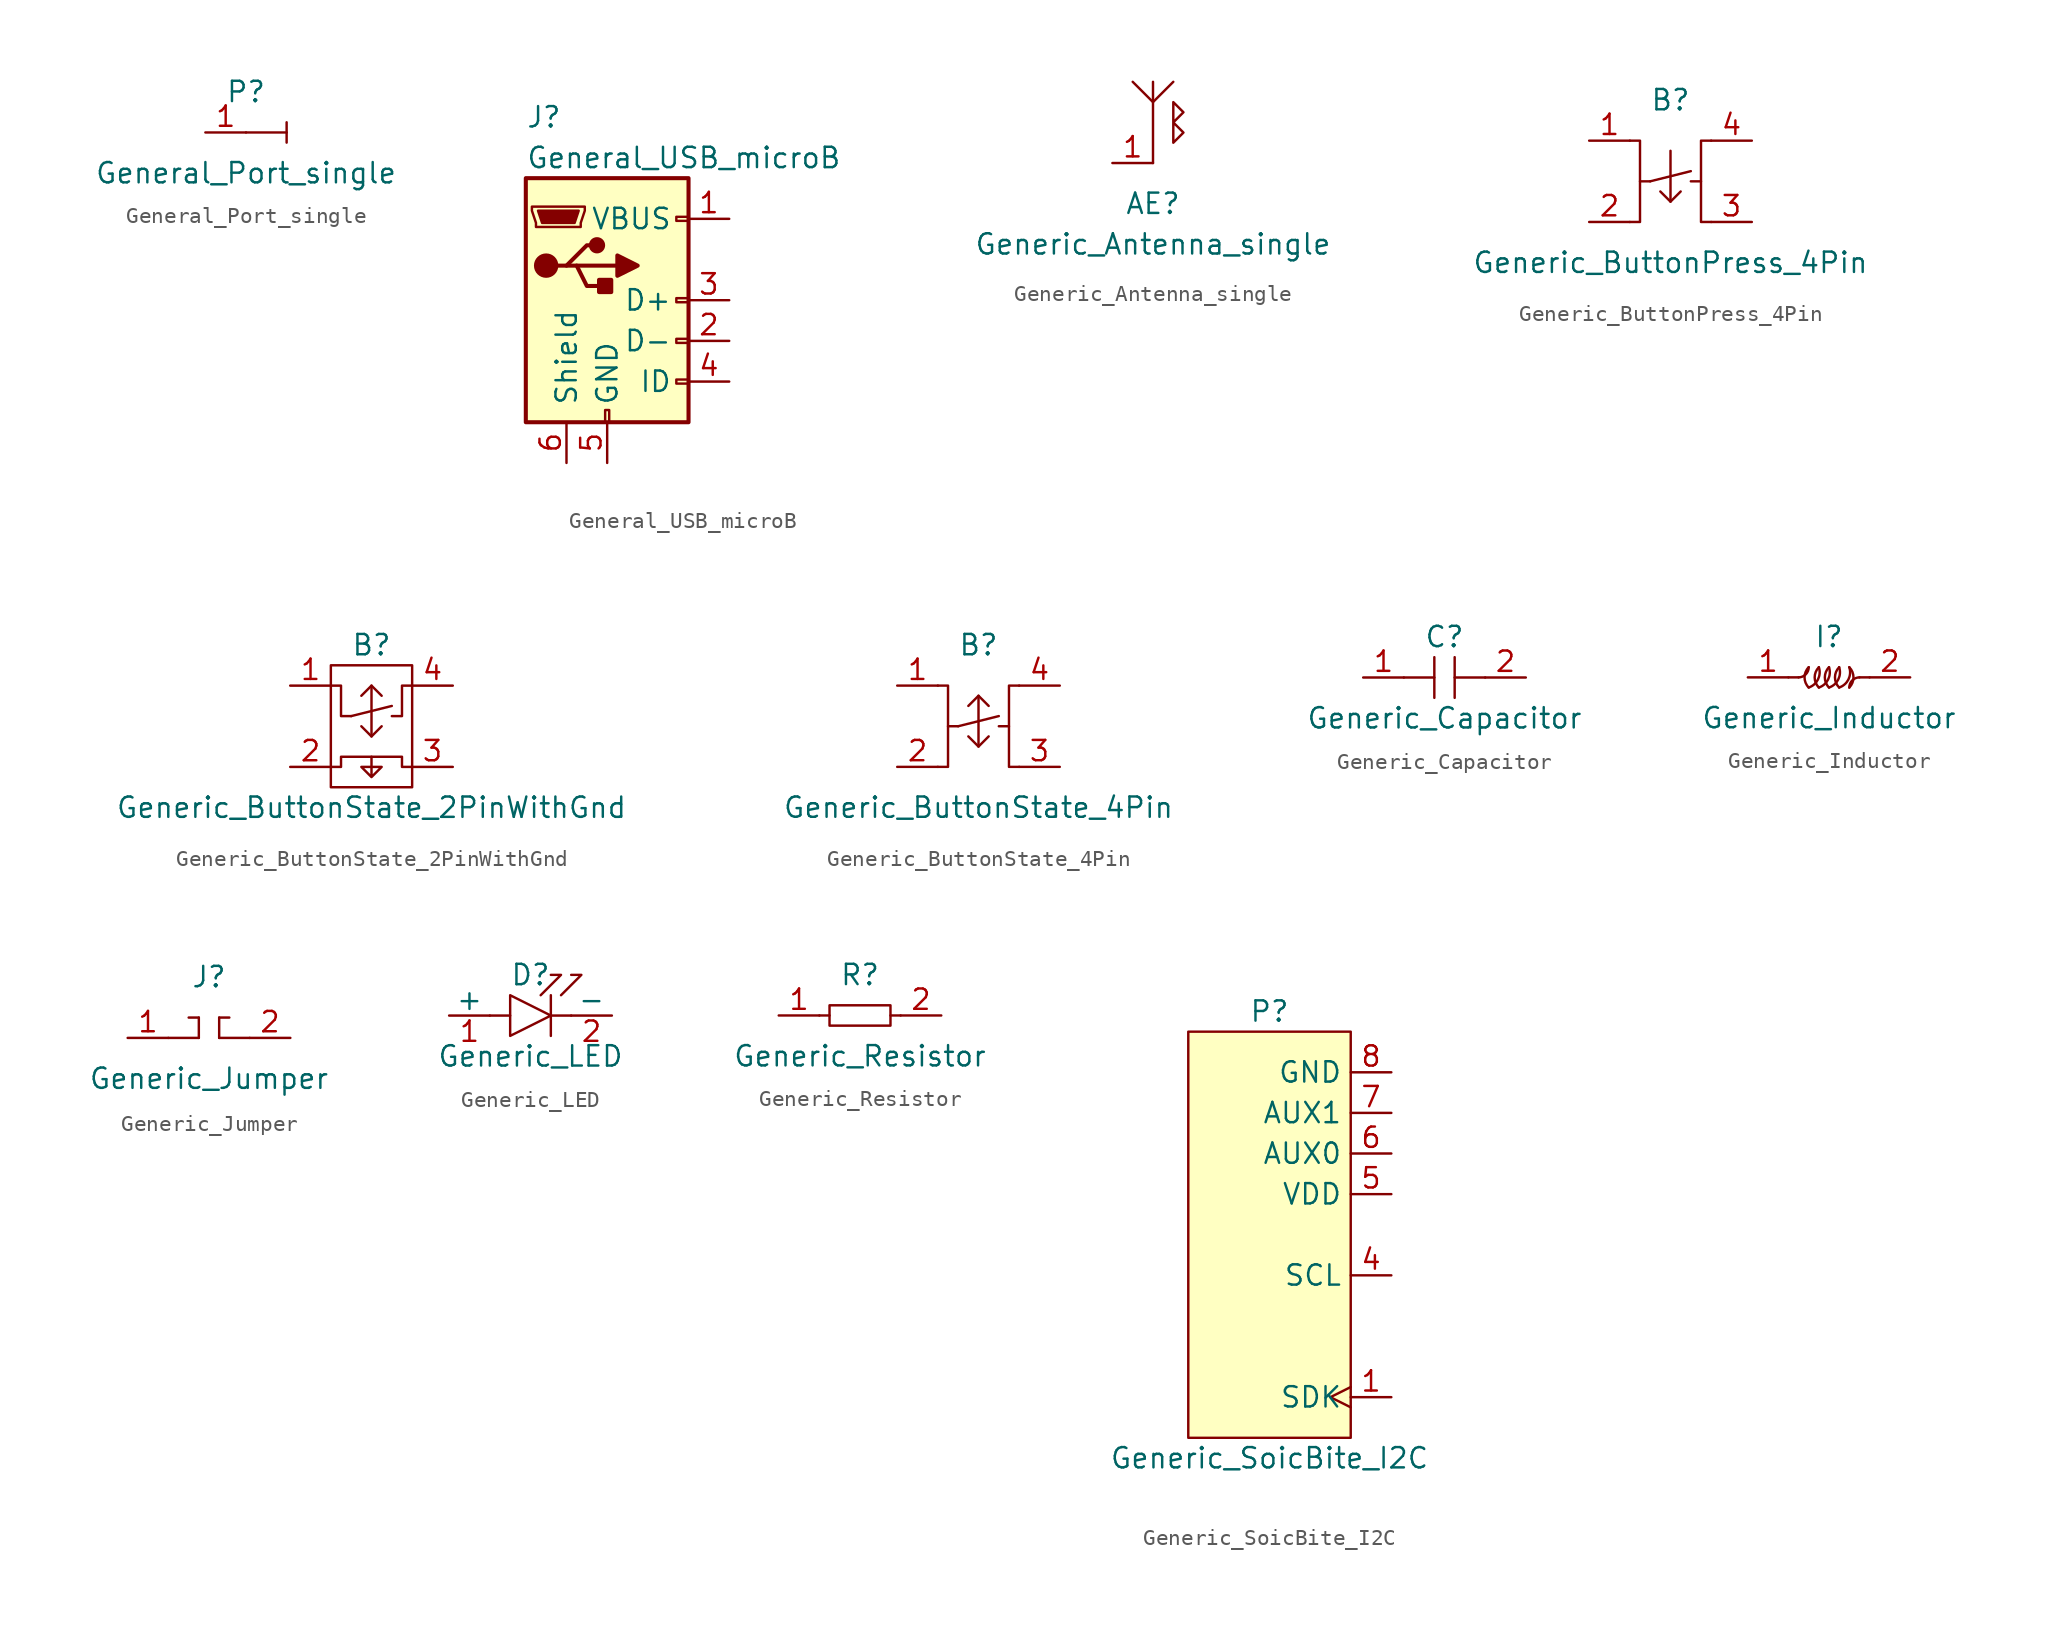
<source format=kicad_sym>
(kicad_symbol_lib
  (version 20211014)
  (generator kicad_symbol_editor)
  (symbol "General_Port_single"
    (property "Reference" "P"
      (at 0 2.54 0)
      (effects (font (size 1.27 1.27))))
    (property "Value" "General_Port_single"
      (at 0 -2.54 0)
      (effects (font (size 1.27 1.27))))
    (symbol "General_Port_single_0_1"
      (polyline (pts (xy 0 0) (xy 2.54 0)) (stroke (width 0) (type default) (color 0 0 0 0)) (fill (type none)))
      (polyline (pts (xy 2.54 0.635) (xy 2.54 -0.635)) (stroke (width 0) (type default) (color 0 0 0 0)) (fill (type none))))
    (symbol "General_Port_single_1_1"
      (pin passive line (at -2.54 0 0) (length 2.54) (name "" (effects (font (size 1.27 1.27)))) (number "1" (effects (font (size 1.27 1.27)))))))
  (symbol "General_USB_microB"
    (pin_names
      (offset 1.016))
    (property "Reference" "J"
      (at -5.08 11.43 0)
      (effects (font (size 1.27 1.27)) (justify left)))
    (property "Value" "General_USB_microB"
      (at -5.08 8.89 0)
      (effects (font (size 1.27 1.27)) (justify left)))
    (symbol "General_USB_microB_0_1"
      (rectangle (start -5.08 -7.62) (end 5.08 7.62) (stroke (width 0.254) (type default) (color 0 0 0 0)) (fill (type background)))
      (circle (center -3.81 2.159) (radius 0.635) (stroke (width 0.254) (type default) (color 0 0 0 0)) (fill (type outline)))
      (circle (center -0.635 3.429) (radius 0.381) (stroke (width 0.254) (type default) (color 0 0 0 0)) (fill (type outline)))
      (rectangle (start -0.127 -7.62) (end 0.127 -6.858) (stroke (width 0) (type default) (color 0 0 0 0)) (fill (type none)))
      (polyline (pts (xy -1.905 2.159) (xy 0.635 2.159)) (stroke (width 0.254) (type default) (color 0 0 0 0)) (fill (type none)))
      (polyline (pts (xy -3.175 2.159) (xy -2.54 2.159) (xy -1.27 3.429) (xy -0.635 3.429)) (stroke (width 0.254) (type default) (color 0 0 0 0)) (fill (type none)))
      (polyline (pts (xy -2.54 2.159) (xy -1.905 2.159) (xy -1.27 0.889) (xy 0 0.889)) (stroke (width 0.254) (type default) (color 0 0 0 0)) (fill (type none)))
      (polyline (pts (xy 0.635 2.794) (xy 0.635 1.524) (xy 1.905 2.159) (xy 0.635 2.794)) (stroke (width 0.254) (type default) (color 0 0 0 0)) (fill (type outline)))
      (polyline (pts (xy -4.318 5.588) (xy -1.778 5.588) (xy -2.032 4.826) (xy -4.064 4.826) (xy -4.318 5.588)) (stroke (width 0) (type default) (color 0 0 0 0)) (fill (type outline)))
      (polyline (pts (xy -4.699 5.842) (xy -4.699 5.588) (xy -4.445 4.826) (xy -4.445 4.572) (xy -1.651 4.572) (xy -1.651 4.826) (xy -1.397 5.588) (xy -1.397 5.842) (xy -4.699 5.842)) (stroke (width 0) (type default) (color 0 0 0 0)) (fill (type none)))
      (rectangle (start 0.254 1.27) (end -0.508 0.508) (stroke (width 0.254) (type default) (color 0 0 0 0)) (fill (type outline)))
      (rectangle (start 5.08 -5.207) (end 4.318 -4.953) (stroke (width 0) (type default) (color 0 0 0 0)) (fill (type none)))
      (rectangle (start 5.08 -2.667) (end 4.318 -2.413) (stroke (width 0) (type default) (color 0 0 0 0)) (fill (type none)))
      (rectangle (start 5.08 -0.127) (end 4.318 0.127) (stroke (width 0) (type default) (color 0 0 0 0)) (fill (type none)))
      (rectangle (start 5.08 4.953) (end 4.318 5.207) (stroke (width 0) (type default) (color 0 0 0 0)) (fill (type none))))
    (symbol "General_USB_microB_1_1"
      (pin power_out line (at 7.62 5.08 180) (length 2.54) (name "VBUS" (effects (font (size 1.27 1.27)))) (number "1" (effects (font (size 1.27 1.27)))))
      (pin bidirectional line (at 7.62 -2.54 180) (length 2.54) (name "D-" (effects (font (size 1.27 1.27)))) (number "2" (effects (font (size 1.27 1.27)))))
      (pin bidirectional line (at 7.62 0 180) (length 2.54) (name "D+" (effects (font (size 1.27 1.27)))) (number "3" (effects (font (size 1.27 1.27)))))
      (pin passive line (at 7.62 -5.08 180) (length 2.54) (name "ID" (effects (font (size 1.27 1.27)))) (number "4" (effects (font (size 1.27 1.27)))))
      (pin power_out line (at 0 -10.16 90) (length 2.54) (name "GND" (effects (font (size 1.27 1.27)))) (number "5" (effects (font (size 1.27 1.27)))))
      (pin passive line (at -2.54 -10.16 90) (length 2.54) (name "Shield" (effects (font (size 1.27 1.27)))) (number "6" (effects (font (size 1.27 1.27)))))))
  (symbol "Generic_Antenna_single"
    (property "Reference" "AE"
      (at 0 -2.54 0)
      (effects (font (size 1.27 1.27))))
    (property "Value" "Generic_Antenna_single"
      (at 0 -5.08 0)
      (effects (font (size 1.27 1.27))))
    (symbol "Generic_Antenna_single_0_1"
      (polyline (pts (xy 0 0) (xy 0 5.08)) (stroke (width 0) (type default) (color 0 0 0 0)) (fill (type none)))
      (polyline (pts (xy -1.27 5.08) (xy 0 3.81) (xy 1.27 5.08)) (stroke (width 0) (type default) (color 0 0 0 0)) (fill (type none)))
      (polyline (pts (xy 1.27 3.81) (xy 1.27 1.27) (xy 1.905 1.905) (xy 1.27 2.54) (xy 1.905 3.175) (xy 1.27 3.81)) (stroke (width 0) (type default) (color 0 0 0 0)) (fill (type none))))
    (symbol "Generic_Antenna_single_1_1"
      (pin bidirectional line (at -2.54 0 0) (length 2.54) (name "" (effects (font (size 1.27 1.27)))) (number "1" (effects (font (size 1.27 1.27)))))))
  (symbol "Generic_ButtonPress_4Pin"
    (property "Reference" "B"
      (at 0 5.08 0)
      (effects (font (size 1.27 1.27))))
    (property "Value" "Generic_ButtonPress_4Pin"
      (at 0 -5.08 0)
      (effects (font (size 1.27 1.27))))
    (symbol "Generic_ButtonPress_4Pin_0_1"
      (polyline (pts (xy -1.27 0) (xy 1.27 0.635)) (stroke (width 0) (type default) (color 0 0 0 0)) (fill (type none)))
      (polyline (pts (xy 0 1.905) (xy 0 -1.27)) (stroke (width 0) (type default) (color 0 0 0 0)) (fill (type none)))
      (polyline (pts (xy -1.905 0) (xy -1.905 -2.54) (xy -2.54 -2.54)) (stroke (width 0) (type default) (color 0 0 0 0)) (fill (type none)))
      (polyline (pts (xy -0.635 -0.635) (xy 0 -1.27) (xy 0.635 -0.635)) (stroke (width 0) (type default) (color 0 0 0 0)) (fill (type none)))
      (polyline (pts (xy 1.905 0) (xy 1.905 -2.54) (xy 2.54 -2.54)) (stroke (width 0) (type default) (color 0 0 0 0)) (fill (type none)))
      (polyline (pts (xy -2.54 2.54) (xy -1.905 2.54) (xy -1.905 0) (xy -1.27 0)) (stroke (width 0) (type default) (color 0 0 0 0)) (fill (type none)))
      (polyline (pts (xy 1.27 0) (xy 1.905 0) (xy 1.905 2.54) (xy 2.54 2.54)) (stroke (width 0) (type default) (color 0 0 0 0)) (fill (type none))))
    (symbol "Generic_ButtonPress_4Pin_1_1"
      (pin passive line (at -5.08 2.54 0) (length 2.54) (name "" (effects (font (size 1.27 1.27)))) (number "1" (effects (font (size 1.27 1.27)))))
      (pin passive line (at -5.08 -2.54 0) (length 2.54) (name "" (effects (font (size 1.27 1.27)))) (number "2" (effects (font (size 1.27 1.27)))))
      (pin passive line (at 5.08 -2.54 180) (length 2.54) (name "" (effects (font (size 1.27 1.27)))) (number "3" (effects (font (size 1.27 1.27)))))
      (pin passive line (at 5.08 2.54 180) (length 2.54) (name "" (effects (font (size 1.27 1.27)))) (number "4" (effects (font (size 1.27 1.27)))))))
  (symbol "Generic_ButtonState_2PinWithGnd"
    (property "Reference" "B"
      (at 0 5.08 0)
      (effects (font (size 1.27 1.27))))
    (property "Value" "Generic_ButtonState_2PinWithGnd"
      (at 0 -5.08 0)
      (effects (font (size 1.27 1.27))))
    (symbol "Generic_ButtonState_2PinWithGnd_0_1"
      (rectangle (start -2.54 3.81) (end 2.54 -3.81) (stroke (width 0) (type default) (color 0 0 0 0)) (fill (type none)))
      (polyline (pts (xy -1.27 0.635) (xy 1.27 1.27)) (stroke (width 0) (type default) (color 0 0 0 0)) (fill (type none)))
      (polyline (pts (xy 0 2.54) (xy 0 -0.635)) (stroke (width 0) (type default) (color 0 0 0 0)) (fill (type none)))
      (polyline (pts (xy -0.635 0) (xy 0 -0.635) (xy 0.635 0)) (stroke (width 0) (type default) (color 0 0 0 0)) (fill (type none)))
      (polyline (pts (xy -0.635 1.905) (xy 0 2.54) (xy 0.635 1.905)) (stroke (width 0) (type default) (color 0 0 0 0)) (fill (type none)))
      (polyline (pts (xy -2.54 2.54) (xy -1.905 2.54) (xy -1.905 0.635) (xy -1.27 0.635)) (stroke (width 0) (type default) (color 0 0 0 0)) (fill (type none)))
      (polyline (pts (xy 1.27 0.635) (xy 1.905 0.635) (xy 1.905 2.54) (xy 2.54 2.54)) (stroke (width 0) (type default) (color 0 0 0 0)) (fill (type none)))
      (polyline (pts (xy 0 -1.905) (xy 0 -3.175) (xy -0.635 -2.54) (xy 0.635 -2.54) (xy 0 -3.175)) (stroke (width 0) (type default) (color 0 0 0 0)) (fill (type none)))
      (polyline (pts (xy -2.54 -2.54) (xy -1.905 -2.54) (xy -1.905 -1.905) (xy 1.905 -1.905) (xy 1.905 -2.54) (xy 2.54 -2.54)) (stroke (width 0) (type default) (color 0 0 0 0)) (fill (type none))))
    (symbol "Generic_ButtonState_2PinWithGnd_1_1"
      (pin passive line (at -5.08 2.54 0) (length 2.54) (name "" (effects (font (size 1.27 1.27)))) (number "1" (effects (font (size 1.27 1.27)))))
      (pin passive line (at -5.08 -2.54 0) (length 2.54) (name "" (effects (font (size 1.27 1.27)))) (number "2" (effects (font (size 1.27 1.27)))))
      (pin passive line (at 5.08 -2.54 180) (length 2.54) (name "" (effects (font (size 1.27 1.27)))) (number "3" (effects (font (size 1.27 1.27)))))
      (pin passive line (at 5.08 2.54 180) (length 2.54) (name "" (effects (font (size 1.27 1.27)))) (number "4" (effects (font (size 1.27 1.27)))))))
  (symbol "Generic_ButtonState_4Pin"
    (property "Reference" "B"
      (at 0 5.08 0)
      (effects (font (size 1.27 1.27))))
    (property "Value" "Generic_ButtonState_4Pin"
      (at 0 -5.08 0)
      (effects (font (size 1.27 1.27))))
    (symbol "Generic_ButtonState_4Pin_0_1"
      (polyline (pts (xy -1.27 0) (xy 1.27 0.635)) (stroke (width 0) (type default) (color 0 0 0 0)) (fill (type none)))
      (polyline (pts (xy 0 1.905) (xy 0 -1.27)) (stroke (width 0) (type default) (color 0 0 0 0)) (fill (type none)))
      (polyline (pts (xy -1.905 0) (xy -1.905 -2.54) (xy -2.54 -2.54)) (stroke (width 0) (type default) (color 0 0 0 0)) (fill (type none)))
      (polyline (pts (xy -0.635 -0.635) (xy 0 -1.27) (xy 0.635 -0.635)) (stroke (width 0) (type default) (color 0 0 0 0)) (fill (type none)))
      (polyline (pts (xy -0.635 1.27) (xy 0 1.905) (xy 0.635 1.27)) (stroke (width 0) (type default) (color 0 0 0 0)) (fill (type none)))
      (polyline (pts (xy 1.905 0) (xy 1.905 -2.54) (xy 2.54 -2.54)) (stroke (width 0) (type default) (color 0 0 0 0)) (fill (type none)))
      (polyline (pts (xy -2.54 2.54) (xy -1.905 2.54) (xy -1.905 0) (xy -1.27 0)) (stroke (width 0) (type default) (color 0 0 0 0)) (fill (type none)))
      (polyline (pts (xy 1.27 0) (xy 1.905 0) (xy 1.905 2.54) (xy 2.54 2.54)) (stroke (width 0) (type default) (color 0 0 0 0)) (fill (type none))))
    (symbol "Generic_ButtonState_4Pin_1_1"
      (pin passive line (at -5.08 2.54 0) (length 2.54) (name "" (effects (font (size 1.27 1.27)))) (number "1" (effects (font (size 1.27 1.27)))))
      (pin passive line (at -5.08 -2.54 0) (length 2.54) (name "" (effects (font (size 1.27 1.27)))) (number "2" (effects (font (size 1.27 1.27)))))
      (pin passive line (at 5.08 -2.54 180) (length 2.54) (name "" (effects (font (size 1.27 1.27)))) (number "3" (effects (font (size 1.27 1.27)))))
      (pin passive line (at 5.08 2.54 180) (length 2.54) (name "" (effects (font (size 1.27 1.27)))) (number "4" (effects (font (size 1.27 1.27)))))))
  (symbol "Generic_Capacitor"
    (pin_names
      (offset 0.002))
    (property "Reference" "C"
      (at 0 2.54 0)
      (effects (font (size 1.27 1.27))))
    (property "Value" "Generic_Capacitor"
      (at 0 -2.54 0)
      (effects (font (size 1.27 1.27))))
    (symbol "Generic_Capacitor_0_1"
      (polyline (pts (xy -2.54 0) (xy -0.635 0)) (stroke (width 0) (type default) (color 0 0 0 0)) (fill (type none)))
      (polyline (pts (xy -0.635 1.27) (xy -0.635 -1.27)) (stroke (width 0) (type default) (color 0 0 0 0)) (fill (type none)))
      (polyline (pts (xy 0.635 0) (xy 2.54 0)) (stroke (width 0) (type default) (color 0 0 0 0)) (fill (type none)))
      (polyline (pts (xy 0.635 1.27) (xy 0.635 -1.27)) (stroke (width 0) (type default) (color 0 0 0 0)) (fill (type none))))
    (symbol "Generic_Capacitor_1_1"
      (pin passive line (at -5.08 0 0) (length 2.54) (name "" (effects (font (size 1.27 1.27)))) (number "1" (effects (font (size 1.27 1.27)))))
      (pin passive line (at 5.08 0 180) (length 2.54) (name "" (effects (font (size 1.27 1.27)))) (number "2" (effects (font (size 1.27 1.27)))))))
  (symbol "Generic_Inductor"
    (pin_names
      (offset 0.002))
    (property "Reference" "I"
      (at 0 2.54 0)
      (effects (font (size 1.27 1.27))))
    (property "Value" "Generic_Inductor"
      (at 0 -2.54 0)
      (effects (font (size 1.27 1.27))))
    (symbol "Generic_Inductor_0_1"
      (arc (start -1.905 0) (mid -1.4566 0.1866) (end -1.27 0.635) (stroke (width 0) (type default) (color 0 0 0 0)) (fill (type none)))
      (arc (start -1.27 -0.635) (mid -0.6902 -0.1311) (end -0.635 0.635) (stroke (width 0) (type default) (color 0 0 0 0)) (fill (type none)))
      (arc (start -1.27 0.635) (mid -1.5313 0) (end -1.27 -0.635) (stroke (width 0) (type default) (color 0 0 0 0)) (fill (type none)))
      (arc (start -0.635 -0.635) (mid -0.0549 -0.1313) (end 0 0.635) (stroke (width 0) (type default) (color 0 0 0 0)) (fill (type none)))
      (arc (start -0.635 0.635) (mid -0.897 0) (end -0.635 -0.635) (stroke (width 0) (type default) (color 0 0 0 0)) (fill (type none)))
      (arc (start 0 -0.635) (mid 0.5801 -0.1313) (end 0.635 0.635) (stroke (width 0) (type default) (color 0 0 0 0)) (fill (type none)))
      (polyline (pts (xy -2.54 0) (xy -1.905 0)) (stroke (width 0) (type default) (color 0 0 0 0)) (fill (type none)))
      (polyline (pts (xy 2.54 0) (xy 1.905 0)) (stroke (width 0) (type default) (color 0 0 0 0)) (fill (type none)))
      (arc (start 0 0.635) (mid -0.2618 0) (end 0 -0.635) (stroke (width 0) (type default) (color 0 0 0 0)) (fill (type none)))
      (arc (start 0.635 -0.635) (mid 1.2151 -0.1313) (end 1.27 0.635) (stroke (width 0) (type default) (color 0 0 0 0)) (fill (type none)))
      (arc (start 0.635 0.635) (mid 0.3728 0) (end 0.635 -0.635) (stroke (width 0) (type default) (color 0 0 0 0)) (fill (type none)))
      (arc (start 1.27 -0.635) (mid 2.8078 0) (end 1.27 0.635) (stroke (width 0) (type default) (color 0 0 0 0)) (fill (type none)))
      (arc (start 1.905 0) (mid 0.8177 0.4523) (end 1.27 -0.635) (stroke (width 0) (type default) (color 0 0 0 0)) (fill (type none))))
    (symbol "Generic_Inductor_1_1"
      (pin passive line (at -5.08 0 0) (length 2.54) (name "" (effects (font (size 1.27 1.27)))) (number "1" (effects (font (size 1.27 1.27)))))
      (pin passive line (at 5.08 0 180) (length 2.54) (name "" (effects (font (size 1.27 1.27)))) (number "2" (effects (font (size 1.27 1.27)))))))
  (symbol "Generic_Jumper"
    (pin_names
      (offset 0.002))
    (property "Reference" "J"
      (at 0 3.81 0)
      (effects (font (size 1.27 1.27))))
    (property "Value" "Generic_Jumper"
      (at 0 -2.54 0)
      (effects (font (size 1.27 1.27))))
    (symbol "Generic_Jumper_0_1"
      (polyline (pts (xy -2.54 0) (xy -0.635 0)) (stroke (width 0) (type default) (color 0 0 0 0)) (fill (type none)))
      (polyline (pts (xy -1.27 1.27) (xy -0.635 1.27)) (stroke (width 0) (type default) (color 0 0 0 0)) (fill (type none)))
      (polyline (pts (xy -0.635 1.27) (xy -0.635 0)) (stroke (width 0) (type default) (color 0 0 0 0)) (fill (type none)))
      (polyline (pts (xy 0.635 0) (xy 2.54 0)) (stroke (width 0) (type default) (color 0 0 0 0)) (fill (type none)))
      (polyline (pts (xy 0.635 1.27) (xy 0.635 0)) (stroke (width 0) (type default) (color 0 0 0 0)) (fill (type none)))
      (polyline (pts (xy 0.635 1.27) (xy 1.27 1.27)) (stroke (width 0) (type default) (color 0 0 0 0)) (fill (type none))))
    (symbol "Generic_Jumper_1_1"
      (pin passive line (at -5.08 0 0) (length 2.54) (name "" (effects (font (size 1.27 1.27)))) (number "1" (effects (font (size 1.27 1.27)))))
      (pin passive line (at 5.08 0 180) (length 2.54) (name "" (effects (font (size 1.27 1.27)))) (number "2" (effects (font (size 1.27 1.27)))))))
  (symbol "Generic_LED"
    (pin_names
      (offset 0))
    (property "Reference" "D"
      (at 0 2.54 0)
      (effects (font (size 1.27 1.27))))
    (property "Value" "Generic_LED"
      (at 0 -2.54 0)
      (effects (font (size 1.27 1.27))))
    (symbol "Generic_LED_0_1"
      (polyline (pts (xy -2.54 0) (xy -1.27 0)) (stroke (width 0) (type default) (color 0 0 0 0)) (fill (type none)))
      (polyline (pts (xy 1.27 0) (xy 2.54 0)) (stroke (width 0) (type default) (color 0 0 0 0)) (fill (type none)))
      (polyline (pts (xy 1.27 1.27) (xy 1.27 -1.27)) (stroke (width 0) (type default) (color 0 0 0 0)) (fill (type none)))
      (polyline (pts (xy 0.635 1.27) (xy 1.905 2.54) (xy 1.27 2.54)) (stroke (width 0) (type default) (color 0 0 0 0)) (fill (type none)))
      (polyline (pts (xy 1.905 1.27) (xy 3.175 2.54) (xy 2.54 2.54)) (stroke (width 0) (type default) (color 0 0 0 0)) (fill (type none)))
      (polyline (pts (xy -1.27 1.27) (xy 1.27 0) (xy -1.27 -1.27) (xy -1.27 1.27)) (stroke (width 0) (type default) (color 0 0 0 0)) (fill (type none))))
    (symbol "Generic_LED_1_1"
      (pin input line (at -5.08 0 0) (length 2.54) (name "+" (effects (font (size 1.27 1.27)))) (number "1" (effects (font (size 1.27 1.27)))))
      (pin output line (at 5.08 0 180) (length 2.54) (name "-" (effects (font (size 1.27 1.27)))) (number "2" (effects (font (size 1.27 1.27)))))))
  (symbol "Generic_Resistor"
    (pin_names
      (offset 0.002))
    (property "Reference" "R"
      (at 0 2.54 0)
      (effects (font (size 1.27 1.27))))
    (property "Value" "Generic_Resistor"
      (at 0 -2.54 0)
      (effects (font (size 1.27 1.27))))
    (symbol "Generic_Resistor_0_1"
      (rectangle (start -1.905 0.635) (end 1.905 -0.635) (stroke (width 0) (type default) (color 0 0 0 0)) (fill (type none)))
      (polyline (pts (xy -1.905 0) (xy -2.54 0)) (stroke (width 0) (type default) (color 0 0 0 0)) (fill (type none)))
      (polyline (pts (xy 1.905 0) (xy 2.54 0)) (stroke (width 0) (type default) (color 0 0 0 0)) (fill (type none))))
    (symbol "Generic_Resistor_1_1"
      (pin passive line (at -5.08 0 0) (length 2.54) (name "" (effects (font (size 1.27 1.27)))) (number "1" (effects (font (size 1.27 1.27)))))
      (pin passive line (at 5.08 0 180) (length 2.54) (name "" (effects (font (size 1.27 1.27)))) (number "2" (effects (font (size 1.27 1.27)))))))
  (symbol "Generic_SoicBite_I2C"
    (property "Reference" "P"
      (at 0 13.97 0)
      (effects (font (size 1.27 1.27))))
    (property "Value" "Generic_SoicBite_I2C"
      (at 0 -13.97 0)
      (effects (font (size 1.27 1.27))))
    (symbol "Generic_SoicBite_I2C_0_1"
      (rectangle (start -5.08 12.7) (end 5.08 -12.7) (stroke (width 0) (type default) (color 0 0 0 0)) (fill (type background))))
    (symbol "Generic_SoicBite_I2C_1_1"
      (pin tri_state clock (at 7.62 -10.16 180) (length 2.54) (name "SDK" (effects (font (size 1.27 1.27)))) (number "1" (effects (font (size 1.27 1.27)))))
      (pin no_connect line (at 7.62 -7.62 180) (length 2.54) hide (name "" (effects (font (size 1.27 1.27)))) (number "2" (effects (font (size 1.27 1.27)))))
      (pin no_connect line (at 7.62 -5.08 180) (length 2.54) hide (name "" (effects (font (size 1.27 1.27)))) (number "3" (effects (font (size 1.27 1.27)))))
      (pin tri_state line (at 7.62 -2.54 180) (length 2.54) (name "SCL" (effects (font (size 1.27 1.27)))) (number "4" (effects (font (size 1.27 1.27)))))
      (pin power_in line (at 7.62 2.54 180) (length 2.54) (name "VDD" (effects (font (size 1.27 1.27)))) (number "5" (effects (font (size 1.27 1.27)))))
      (pin tri_state line (at 7.62 5.08 180) (length 2.54) (name "AUX0" (effects (font (size 1.27 1.27)))) (number "6" (effects (font (size 1.27 1.27)))))
      (pin tri_state line (at 7.62 7.62 180) (length 2.54) (name "AUX1" (effects (font (size 1.27 1.27)))) (number "7" (effects (font (size 1.27 1.27)))))
      (pin passive line (at 7.62 10.16 180) (length 2.54) (name "GND" (effects (font (size 1.27 1.27)))) (number "8" (effects (font (size 1.27 1.27))))))))
</source>
